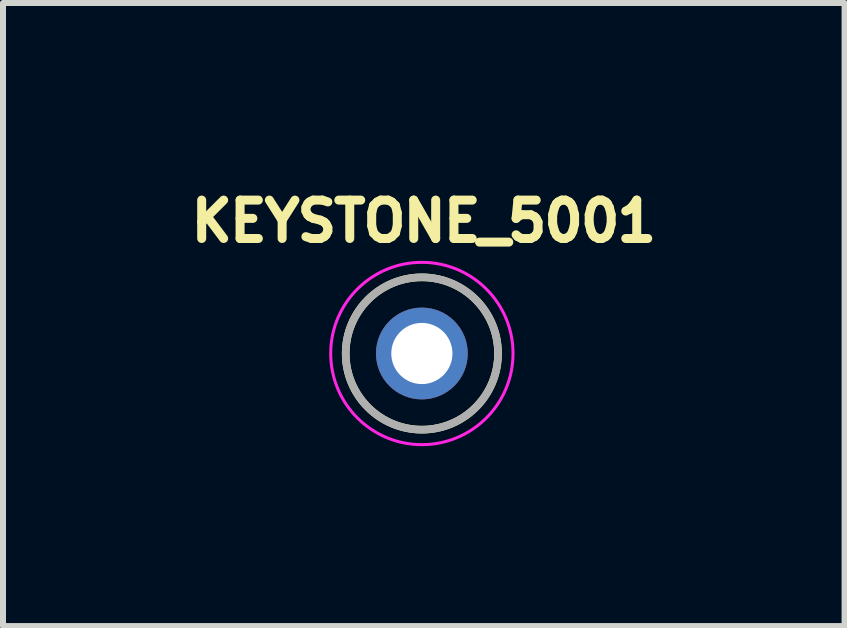
<source format=kicad_pcb>
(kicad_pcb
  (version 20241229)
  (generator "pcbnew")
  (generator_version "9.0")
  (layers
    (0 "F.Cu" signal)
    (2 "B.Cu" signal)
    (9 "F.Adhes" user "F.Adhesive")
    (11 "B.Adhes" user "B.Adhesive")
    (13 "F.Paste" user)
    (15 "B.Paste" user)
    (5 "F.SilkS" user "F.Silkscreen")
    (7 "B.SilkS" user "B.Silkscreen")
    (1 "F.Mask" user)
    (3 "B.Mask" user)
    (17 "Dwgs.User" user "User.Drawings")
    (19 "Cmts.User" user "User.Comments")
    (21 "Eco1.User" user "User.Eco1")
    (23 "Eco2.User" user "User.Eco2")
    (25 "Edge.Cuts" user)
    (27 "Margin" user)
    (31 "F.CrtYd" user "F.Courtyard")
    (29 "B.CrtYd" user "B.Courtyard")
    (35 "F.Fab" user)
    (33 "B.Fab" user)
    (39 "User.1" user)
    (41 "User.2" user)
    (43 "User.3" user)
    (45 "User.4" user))
  (footprint "KEYSTONE_5001"
    (layer "F.Cu")
    (at 3.984 2.844)
    (property "Reference" "KEYSTONE_5001" (at 0.032 -2.206 0) (layer "F.SilkS") (effects (font (size 0.64 0.64) (thickness 0.15))))
    (attr through_hole)
    (fp_circle (center 0 0) (end 1.27 0) (stroke (width 0.127) (type solid)) (fill no) (layer "F.SilkS"))
    (fp_circle (center 0 0) (end 1.52 0) (stroke (width 0.05) (type solid)) (fill no) (layer "F.CrtYd"))
    (fp_circle (center 0 0) (end 1.27 0) (stroke (width 0.127) (type solid)) (fill no) (layer "F.Fab"))
    (pad "TP" thru_hole circle (at 0 0) (size 1.53 1.53) (drill 1.02) (layers "*.Cu" "*.Mask")))
  (gr_rect
    (start -3 -3)
    (end 11.032 7.389)
    (stroke (width 0.1) (type default))
    (fill no)
    (layer "Edge.Cuts")))
</source>
